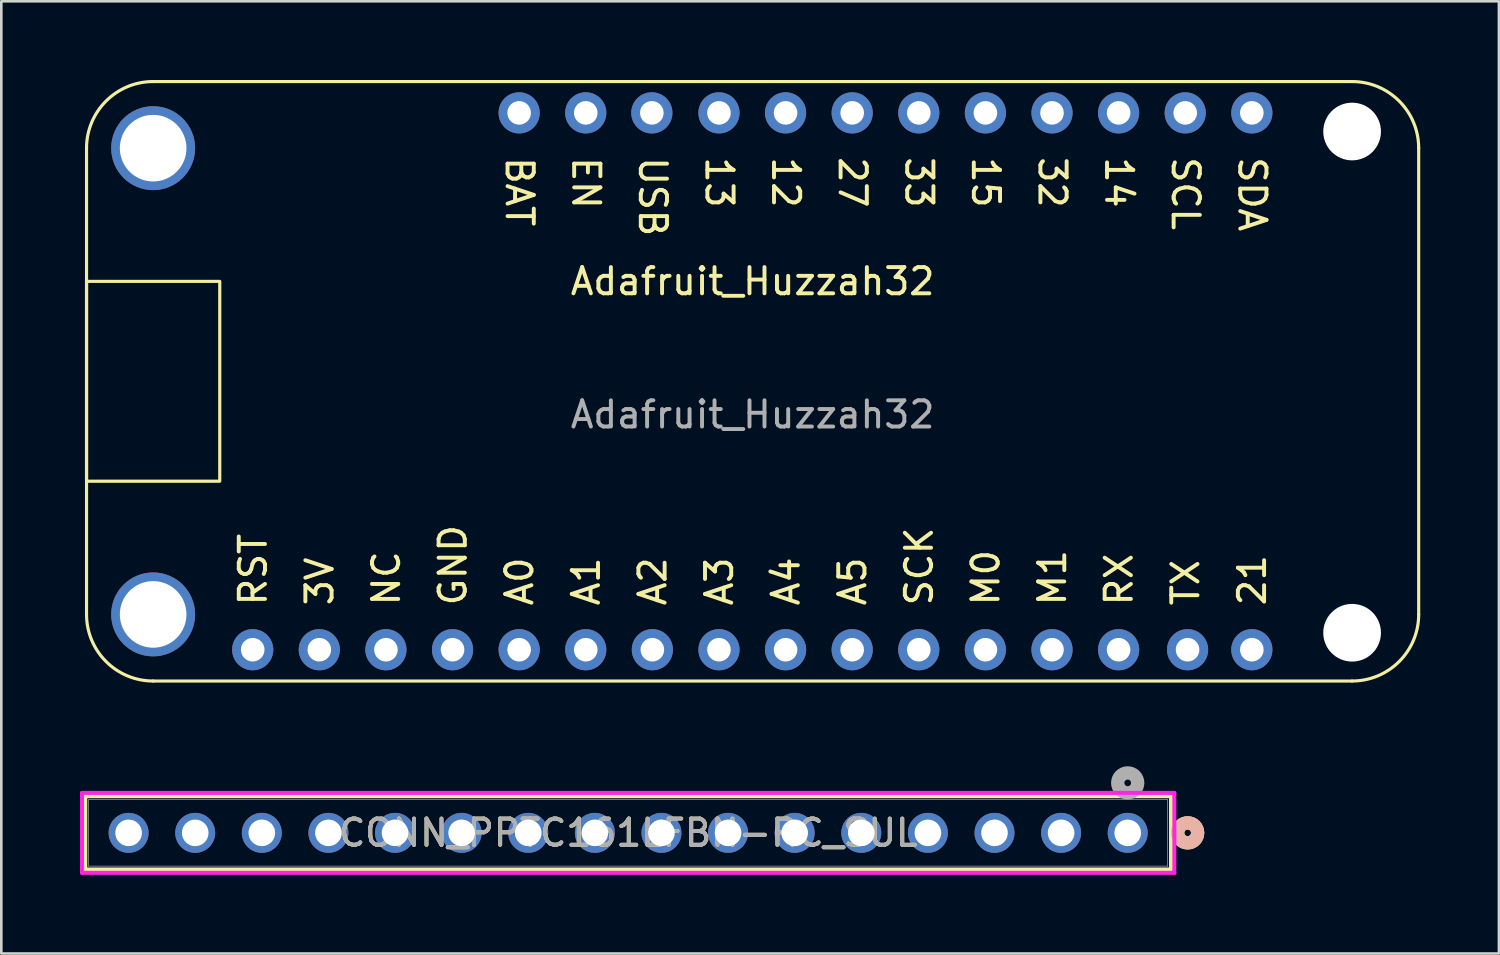
<source format=kicad_pcb>
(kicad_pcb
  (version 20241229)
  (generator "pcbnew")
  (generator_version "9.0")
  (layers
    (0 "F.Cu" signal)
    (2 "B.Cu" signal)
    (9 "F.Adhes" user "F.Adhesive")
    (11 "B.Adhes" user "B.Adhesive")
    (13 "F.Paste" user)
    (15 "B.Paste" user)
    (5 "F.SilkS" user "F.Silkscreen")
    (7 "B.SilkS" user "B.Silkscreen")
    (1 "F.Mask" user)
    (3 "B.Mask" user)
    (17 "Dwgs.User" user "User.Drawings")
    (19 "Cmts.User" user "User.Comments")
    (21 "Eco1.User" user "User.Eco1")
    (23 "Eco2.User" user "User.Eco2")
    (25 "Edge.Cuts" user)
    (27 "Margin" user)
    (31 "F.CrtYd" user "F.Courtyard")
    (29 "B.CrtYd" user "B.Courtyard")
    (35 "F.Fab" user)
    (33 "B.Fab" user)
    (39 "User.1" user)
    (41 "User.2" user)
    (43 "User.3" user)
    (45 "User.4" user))
  (footprint "CONN_PPTC161LFBN-RC_SUL"
    (layer "F.Cu")
    (at 39.954 28.71)
    (property "Reference" "CONN_PPTC161LFBN-RC_SUL" (at -19.05 0 0) (unlocked yes) (layer "F.SilkS") (effects (font (size 1 1) (thickness 0.15))))
    (attr through_hole)
    (fp_line (start -39.751 -1.397) (end -39.751 1.397) (stroke (width 0.152) (type solid)) (layer "F.SilkS"))
    (fp_line (start -39.751 1.397) (end 1.651 1.397) (stroke (width 0.152) (type solid)) (layer "F.SilkS"))
    (fp_line (start 1.651 -1.397) (end -39.751 -1.397) (stroke (width 0.152) (type solid)) (layer "F.SilkS"))
    (fp_line (start 1.651 1.397) (end 1.651 -1.397) (stroke (width 0.152) (type solid)) (layer "F.SilkS"))
    (fp_circle (center 2.286 0) (end 2.667 0) (stroke (width 0.508) (type solid)) (fill no) (layer "F.SilkS"))
    (fp_circle (center 2.286 0) (end 2.667 0) (stroke (width 0.508) (type solid)) (fill no) (layer "B.SilkS"))
    (fp_line (start -39.878 -1.524) (end -39.878 1.524) (stroke (width 0.152) (type solid)) (layer "F.CrtYd"))
    (fp_line (start -39.878 1.524) (end 1.778 1.524) (stroke (width 0.152) (type solid)) (layer "F.CrtYd"))
    (fp_line (start 1.778 -1.524) (end -39.878 -1.524) (stroke (width 0.152) (type solid)) (layer "F.CrtYd"))
    (fp_line (start 1.778 1.524) (end 1.778 -1.524) (stroke (width 0.152) (type solid)) (layer "F.CrtYd"))
    (fp_line (start -39.624 -1.27) (end -39.624 1.27) (stroke (width 0.025) (type solid)) (layer "F.Fab"))
    (fp_line (start -39.624 1.27) (end 1.524 1.27) (stroke (width 0.025) (type solid)) (layer "F.Fab"))
    (fp_line (start 1.524 -1.27) (end -39.624 -1.27) (stroke (width 0.025) (type solid)) (layer "F.Fab"))
    (fp_line (start 1.524 1.27) (end 1.524 -1.27) (stroke (width 0.025) (type solid)) (layer "F.Fab"))
    (fp_circle (center 0 -1.905) (end 0.381 -1.905) (stroke (width 0.508) (type solid)) (fill no) (layer "F.Fab"))
    (fp_text user "${REFERENCE}" (at -19.05 0 0) (unlocked yes) (layer "F.Fab") (effects (font (size 1 1) (thickness 0.15))))
    (pad "1" thru_hole circle (at 0 0) (size 1.524 1.524) (drill 1.016) (layers "*.Cu" "*.Mask"))
    (pad "2" thru_hole circle (at -2.54 0) (size 1.524 1.524) (drill 1.016) (layers "*.Cu" "*.Mask"))
    (pad "3" thru_hole circle (at -5.08 0) (size 1.524 1.524) (drill 1.016) (layers "*.Cu" "*.Mask"))
    (pad "4" thru_hole circle (at -7.62 0) (size 1.524 1.524) (drill 1.016) (layers "*.Cu" "*.Mask"))
    (pad "5" thru_hole circle (at -10.16 0) (size 1.524 1.524) (drill 1.016) (layers "*.Cu" "*.Mask"))
    (pad "6" thru_hole circle (at -12.7 0) (size 1.524 1.524) (drill 1.016) (layers "*.Cu" "*.Mask"))
    (pad "7" thru_hole circle (at -15.24 0) (size 1.524 1.524) (drill 1.016) (layers "*.Cu" "*.Mask"))
    (pad "8" thru_hole circle (at -17.78 0) (size 1.524 1.524) (drill 1.016) (layers "*.Cu" "*.Mask"))
    (pad "9" thru_hole circle (at -20.32 0) (size 1.524 1.524) (drill 1.016) (layers "*.Cu" "*.Mask"))
    (pad "10" thru_hole circle (at -22.86 0) (size 1.524 1.524) (drill 1.016) (layers "*.Cu" "*.Mask"))
    (pad "11" thru_hole circle (at -25.4 0) (size 1.524 1.524) (drill 1.016) (layers "*.Cu" "*.Mask"))
    (pad "12" thru_hole circle (at -27.94 0) (size 1.524 1.524) (drill 1.016) (layers "*.Cu" "*.Mask"))
    (pad "13" thru_hole circle (at -30.48 0) (size 1.524 1.524) (drill 1.016) (layers "*.Cu" "*.Mask"))
    (pad "14" thru_hole circle (at -33.02 0) (size 1.524 1.524) (drill 1.016) (layers "*.Cu" "*.Mask"))
    (pad "15" thru_hole circle (at -35.56 0) (size 1.524 1.524) (drill 1.016) (layers "*.Cu" "*.Mask"))
    (pad "16" thru_hole circle (at -38.1 0) (size 1.524 1.524) (drill 1.016) (layers "*.Cu" "*.Mask")))
  (footprint "Adafruit_Huzzah32"
    (layer "F.Cu")
    (at 0.25 22.92)
    (property "Reference" "Adafruit_Huzzah32" (at 25.4 -15.24 0) (unlocked yes) (layer "F.SilkS") (effects (font (size 1 1) (thickness 0.15))))
    (attr through_hole)
    (fp_line (start 0 -20.32) (end 0 -2.54) (stroke (width 0.12) (type solid)) (layer "F.SilkS"))
    (fp_line (start 2.54 0) (end 48.26 0) (stroke (width 0.12) (type solid)) (layer "F.SilkS"))
    (fp_line (start 48.26 -22.86) (end 2.54 -22.86) (stroke (width 0.12) (type solid)) (layer "F.SilkS"))
    (fp_line (start 50.8 -20.32) (end 50.8 -2.54) (stroke (width 0.12) (type solid)) (layer "F.SilkS"))
    (fp_rect (start 0 -15.24) (end 5.08 -7.62) (stroke (width 0.12) (type solid)) (fill no) (layer "F.SilkS"))
    (fp_arc (start 0 -20.32) (mid 0.743949 -22.116051) (end 2.54 -22.86) (stroke (width 0.12) (type solid)) (layer "F.SilkS"))
    (fp_arc (start 2.54 0) (mid 0.743949 -0.743949) (end 0 -2.54) (stroke (width 0.12) (type solid)) (layer "F.SilkS"))
    (fp_arc (start 48.26 -22.86) (mid 50.056051 -22.116051) (end 50.8 -20.32) (stroke (width 0.12) (type solid)) (layer "F.SilkS"))
    (fp_arc (start 50.8 -2.54) (mid 50.056051 -0.743949) (end 48.26 0) (stroke (width 0.12) (type solid)) (layer "F.SilkS"))
    (fp_text user "EN" (at 19.05 -20.066 270) (unlocked yes) (layer "F.SilkS") (effects (font (size 1 1) (thickness 0.15)) (justify left)))
    (fp_text user "A1" (at 19.05 -2.794 90) (unlocked yes) (layer "F.SilkS") (effects (font (size 1 1) (thickness 0.15)) (justify left)))
    (fp_text user "SDA" (at 44.45 -20.066 270) (unlocked yes) (layer "F.SilkS") (effects (font (size 1 1) (thickness 0.15)) (justify left)))
    (fp_text user "M0" (at 34.29 -2.794 90) (unlocked yes) (layer "F.SilkS") (effects (font (size 1 1) (thickness 0.15)) (justify left)))
    (fp_text user "BAT" (at 16.51 -20.066 270) (unlocked yes) (layer "F.SilkS") (effects (font (size 1 1) (thickness 0.15)) (justify left)))
    (fp_text user "A0" (at 16.51 -2.794 90) (unlocked yes) (layer "F.SilkS") (effects (font (size 1 1) (thickness 0.15)) (justify left)))
    (fp_text user "21" (at 44.45 -2.794 90) (unlocked yes) (layer "F.SilkS") (effects (font (size 1 1) (thickness 0.15)) (justify left)))
    (fp_text user "A4" (at 26.67 -2.794 90) (unlocked yes) (layer "F.SilkS") (effects (font (size 1 1) (thickness 0.15)) (justify left)))
    (fp_text user "USB" (at 21.59 -20.066 270) (unlocked yes) (layer "F.SilkS") (effects (font (size 1 1) (thickness 0.15)) (justify left)))
    (fp_text user "GND" (at 13.97 -2.794 90) (unlocked yes) (layer "F.SilkS") (effects (font (size 1 1) (thickness 0.15)) (justify left)))
    (fp_text user "TX" (at 41.91 -2.794 90) (unlocked yes) (layer "F.SilkS") (effects (font (size 1 1) (thickness 0.15)) (justify left)))
    (fp_text user "14" (at 39.37 -20.066 270) (unlocked yes) (layer "F.SilkS") (effects (font (size 1 1) (thickness 0.15)) (justify left)))
    (fp_text user "33" (at 31.75 -20.066 270) (unlocked yes) (layer "F.SilkS") (effects (font (size 1 1) (thickness 0.15)) (justify left)))
    (fp_text user "32" (at 36.83 -20.066 270) (unlocked yes) (layer "F.SilkS") (effects (font (size 1 1) (thickness 0.15)) (justify left)))
    (fp_text user "A3" (at 24.13 -2.794 90) (unlocked yes) (layer "F.SilkS") (effects (font (size 1 1) (thickness 0.15)) (justify left)))
    (fp_text user "15" (at 34.29 -20.066 270) (unlocked yes) (layer "F.SilkS") (effects (font (size 1 1) (thickness 0.15)) (justify left)))
    (fp_text user "3V" (at 8.89 -2.794 90) (unlocked yes) (layer "F.SilkS") (effects (font (size 1 1) (thickness 0.15)) (justify left)))
    (fp_text user "SCK" (at 31.75 -2.794 90) (unlocked yes) (layer "F.SilkS") (effects (font (size 1 1) (thickness 0.15)) (justify left)))
    (fp_text user "A2" (at 21.59 -2.794 90) (unlocked yes) (layer "F.SilkS") (effects (font (size 1 1) (thickness 0.15)) (justify left)))
    (fp_text user "27" (at 29.21 -20.066 270) (unlocked yes) (layer "F.SilkS") (effects (font (size 1 1) (thickness 0.15)) (justify left)))
    (fp_text user "SCL" (at 41.91 -20.066 270) (unlocked yes) (layer "F.SilkS") (effects (font (size 1 1) (thickness 0.15)) (justify left)))
    (fp_text user "NC" (at 11.43 -2.794 90) (unlocked yes) (layer "F.SilkS") (effects (font (size 1 1) (thickness 0.15)) (justify left)))
    (fp_text user "RX" (at 39.37 -2.794 90) (unlocked yes) (layer "F.SilkS") (effects (font (size 1 1) (thickness 0.15)) (justify left)))
    (fp_text user "A5" (at 29.21 -2.794 90) (unlocked yes) (layer "F.SilkS") (effects (font (size 1 1) (thickness 0.15)) (justify left)))
    (fp_text user "RST" (at 6.35 -2.794 90) (unlocked yes) (layer "F.SilkS") (effects (font (size 1 1) (thickness 0.15)) (justify left)))
    (fp_text user "M1" (at 36.83 -2.794 90) (unlocked yes) (layer "F.SilkS") (effects (font (size 1 1) (thickness 0.15)) (justify left)))
    (fp_text user "13" (at 24.13 -20.066 270) (unlocked yes) (layer "F.SilkS") (effects (font (size 1 1) (thickness 0.15)) (justify left)))
    (fp_text user "12" (at 26.67 -20.066 270) (unlocked yes) (layer "F.SilkS") (effects (font (size 1 1) (thickness 0.15)) (justify left)))
    (fp_text user "${REFERENCE}" (at 25.4 -10.16 0) (unlocked yes) (layer "F.Fab") (effects (font (size 1 1) (thickness 0.15))))
    (pad "" thru_hole circle (at 2.54 -20.32) (size 3.2 3.2) (drill 2.54) (layers "*.Cu" "*.Mask"))
    (pad "" thru_hole circle (at 2.54 -2.54) (size 3.2 3.2) (drill 2.54) (layers "*.Cu" "*.Mask"))
    (pad "" np_thru_hole circle (at 48.261 -20.955) (size 2.2 2.2) (drill 2.2) (layers "*.Cu" "*.Mask"))
    (pad "" np_thru_hole circle (at 48.261 -1.841) (size 2.2 2.2) (drill 2.2) (layers "*.Cu" "*.Mask"))
    (pad "1" thru_hole circle (at 6.337 -1.194) (size 1.57 1.57) (drill 0.9) (layers "*.Cu" "*.Mask"))
    (pad "2" thru_hole circle (at 8.877 -1.194) (size 1.57 1.57) (drill 0.9) (layers "*.Cu" "*.Mask"))
    (pad "3" thru_hole circle (at 11.417 -1.194) (size 1.57 1.57) (drill 0.9) (layers "*.Cu" "*.Mask"))
    (pad "4" thru_hole circle (at 13.957 -1.194) (size 1.57 1.57) (drill 0.9) (layers "*.Cu" "*.Mask"))
    (pad "5" thru_hole circle (at 16.497 -1.194) (size 1.57 1.57) (drill 0.9) (layers "*.Cu" "*.Mask"))
    (pad "6" thru_hole circle (at 19.037 -1.194) (size 1.57 1.57) (drill 0.9) (layers "*.Cu" "*.Mask"))
    (pad "7" thru_hole circle (at 21.577 -1.194) (size 1.57 1.57) (drill 0.9) (layers "*.Cu" "*.Mask"))
    (pad "8" thru_hole circle (at 24.117 -1.194) (size 1.57 1.57) (drill 0.9) (layers "*.Cu" "*.Mask"))
    (pad "9" thru_hole circle (at 26.657 -1.194) (size 1.57 1.57) (drill 0.9) (layers "*.Cu" "*.Mask"))
    (pad "10" thru_hole circle (at 29.197 -1.194) (size 1.57 1.57) (drill 0.9) (layers "*.Cu" "*.Mask"))
    (pad "11" thru_hole circle (at 31.737 -1.194) (size 1.57 1.57) (drill 0.9) (layers "*.Cu" "*.Mask"))
    (pad "12" thru_hole circle (at 34.277 -1.194) (size 1.57 1.57) (drill 0.9) (layers "*.Cu" "*.Mask"))
    (pad "13" thru_hole circle (at 36.817 -1.194) (size 1.57 1.57) (drill 0.9) (layers "*.Cu" "*.Mask"))
    (pad "14" thru_hole circle (at 39.357 -1.194) (size 1.57 1.57) (drill 0.9) (layers "*.Cu" "*.Mask"))
    (pad "15" thru_hole circle (at 41.987 -1.194) (size 1.57 1.57) (drill 0.9) (layers "*.Cu" "*.Mask"))
    (pad "16" thru_hole circle (at 44.437 -1.194) (size 1.57 1.57) (drill 0.9) (layers "*.Cu" "*.Mask"))
    (pad "17" thru_hole circle (at 44.437 -21.666) (size 1.57 1.57) (drill 0.9) (layers "*.Cu" "*.Mask"))
    (pad "18" thru_hole circle (at 41.897 -21.666) (size 1.57 1.57) (drill 0.9) (layers "*.Cu" "*.Mask"))
    (pad "19" thru_hole circle (at 39.357 -21.666) (size 1.57 1.57) (drill 0.9) (layers "*.Cu" "*.Mask"))
    (pad "20" thru_hole circle (at 36.817 -21.666) (size 1.57 1.57) (drill 0.9) (layers "*.Cu" "*.Mask"))
    (pad "21" thru_hole circle (at 34.277 -21.666) (size 1.57 1.57) (drill 0.9) (layers "*.Cu" "*.Mask"))
    (pad "22" thru_hole circle (at 31.737 -21.666) (size 1.57 1.57) (drill 0.9) (layers "*.Cu" "*.Mask"))
    (pad "23" thru_hole circle (at 29.197 -21.666) (size 1.57 1.57) (drill 0.9) (layers "*.Cu" "*.Mask"))
    (pad "24" thru_hole circle (at 26.657 -21.666) (size 1.57 1.57) (drill 0.9) (layers "*.Cu" "*.Mask"))
    (pad "25" thru_hole circle (at 24.117 -21.666) (size 1.57 1.57) (drill 0.9) (layers "*.Cu" "*.Mask"))
    (pad "26" thru_hole circle (at 21.557 -21.666) (size 1.57 1.57) (drill 0.9) (layers "*.Cu" "*.Mask"))
    (pad "27" thru_hole circle (at 19.037 -21.666) (size 1.57 1.57) (drill 0.9) (layers "*.Cu" "*.Mask"))
    (pad "28" thru_hole circle (at 16.497 -21.666) (size 1.57 1.57) (drill 0.9) (layers "*.Cu" "*.Mask")))
  (gr_rect
    (start -3 -3)
    (end 54.11 33.31)
    (stroke (width 0.1) (type default))
    (fill no)
    (layer "Edge.Cuts")))
</source>
